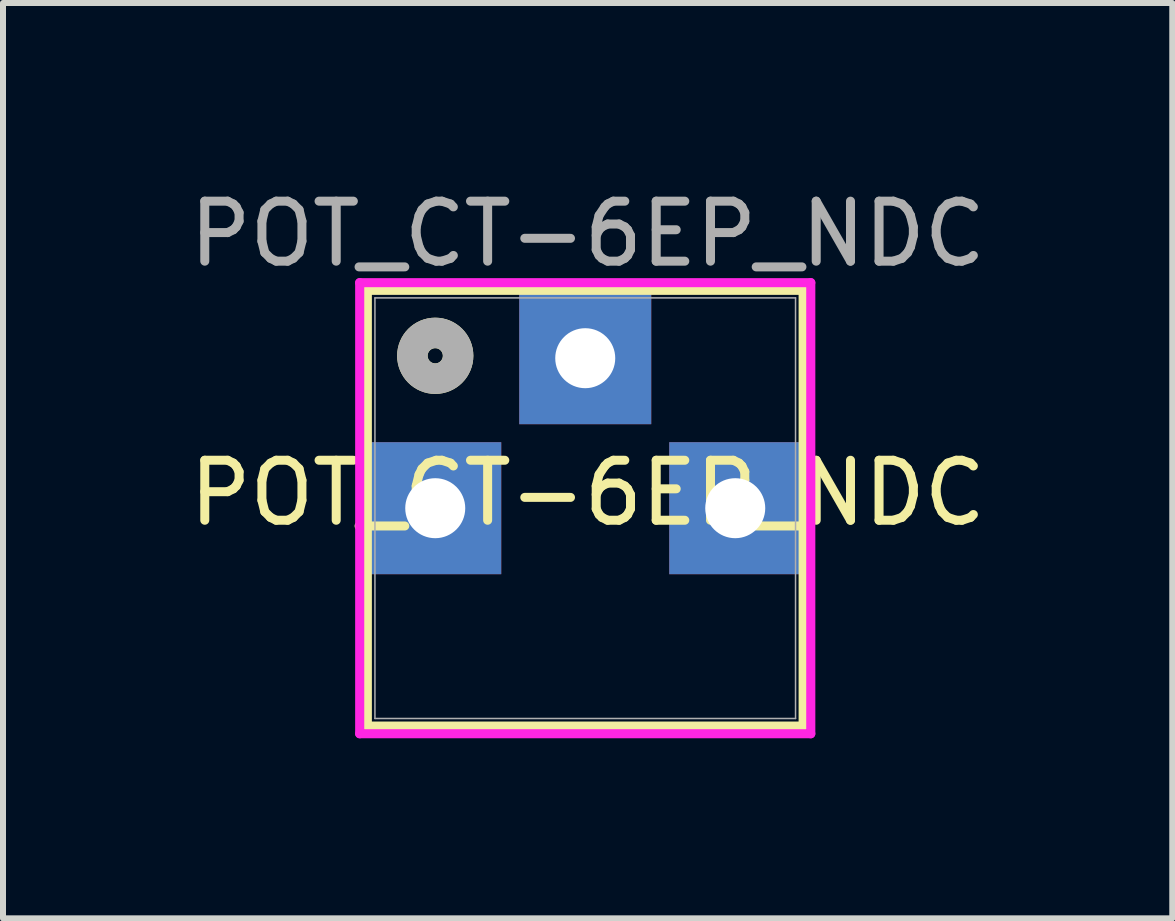
<source format=kicad_pcb>
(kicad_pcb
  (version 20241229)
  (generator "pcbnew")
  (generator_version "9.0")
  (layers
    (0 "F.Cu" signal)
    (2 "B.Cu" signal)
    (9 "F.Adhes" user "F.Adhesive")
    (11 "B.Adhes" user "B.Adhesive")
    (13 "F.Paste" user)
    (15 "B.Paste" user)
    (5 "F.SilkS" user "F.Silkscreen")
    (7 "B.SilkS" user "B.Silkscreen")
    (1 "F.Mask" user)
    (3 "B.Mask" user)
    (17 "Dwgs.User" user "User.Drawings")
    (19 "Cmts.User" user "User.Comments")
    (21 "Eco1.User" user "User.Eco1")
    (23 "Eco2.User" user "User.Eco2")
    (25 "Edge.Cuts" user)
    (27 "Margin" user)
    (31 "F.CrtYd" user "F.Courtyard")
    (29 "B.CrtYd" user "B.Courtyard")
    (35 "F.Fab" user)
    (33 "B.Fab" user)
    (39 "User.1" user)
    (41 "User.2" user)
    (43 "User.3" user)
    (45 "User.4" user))
  (footprint "POT_CT-6EP_NDC"
    (layer "F.Cu")
    (at 4.204 5.42)
    (property "Reference" "POT_CT-6EP_NDC" (at 2.54 -0.254 0) (unlocked yes) (layer "F.SilkS") (effects (font (size 1 1) (thickness 0.15))))
    (attr through_hole)
    (fp_line (start -1.132 -3.632) (end -1.132 3.632) (stroke (width 0.152) (type solid)) (layer "F.SilkS"))
    (fp_line (start -1.132 3.632) (end 6.132 3.632) (stroke (width 0.152) (type solid)) (layer "F.SilkS"))
    (fp_line (start 6.132 -3.632) (end -1.132 -3.632) (stroke (width 0.152) (type solid)) (layer "F.SilkS"))
    (fp_line (start 6.132 3.632) (end 6.132 -3.632) (stroke (width 0.152) (type solid)) (layer "F.SilkS"))
    (fp_circle (center 0 -2.54) (end 0.381 -2.54) (stroke (width 0.508) (type solid)) (fill no) (layer "F.SilkS"))
    (fp_line (start -1.259 -3.759) (end -1.259 3.759) (stroke (width 0.152) (type solid)) (layer "F.CrtYd"))
    (fp_line (start -1.259 3.759) (end 6.259 3.759) (stroke (width 0.152) (type solid)) (layer "F.CrtYd"))
    (fp_line (start 6.259 -3.759) (end -1.259 -3.759) (stroke (width 0.152) (type solid)) (layer "F.CrtYd"))
    (fp_line (start 6.259 3.759) (end 6.259 -3.759) (stroke (width 0.152) (type solid)) (layer "F.CrtYd"))
    (fp_line (start -1.005 -3.505) (end -1.005 3.505) (stroke (width 0.025) (type solid)) (layer "F.Fab"))
    (fp_line (start -1.005 3.505) (end 6.005 3.505) (stroke (width 0.025) (type solid)) (layer "F.Fab"))
    (fp_line (start 6.005 -3.505) (end -1.005 -3.505) (stroke (width 0.025) (type solid)) (layer "F.Fab"))
    (fp_line (start 6.005 3.505) (end 6.005 -3.505) (stroke (width 0.025) (type solid)) (layer "F.Fab"))
    (fp_circle (center 0 -2.54) (end 0.381 -2.54) (stroke (width 0.508) (type solid)) (fill no) (layer "F.Fab"))
    (fp_text user "${REFERENCE}" (at 2.54 -4.572 0) (unlocked yes) (layer "F.Fab") (effects (font (size 1 1) (thickness 0.15))))
    (pad "1" thru_hole rect (at 0 0) (size 2.2 2.2) (drill 1) (layers "*.Cu" "*.Mask"))
    (pad "2" thru_hole rect (at 2.5 -2.5) (size 2.2 2.2) (drill 1) (layers "*.Cu" "*.Mask"))
    (pad "3" thru_hole rect (at 5 0) (size 2.2 2.2) (drill 1) (layers "*.Cu" "*.Mask")))
  (gr_rect
    (start -3 -3)
    (end 16.488 12.256)
    (stroke (width 0.1) (type default))
    (fill no)
    (layer "Edge.Cuts")))
</source>
